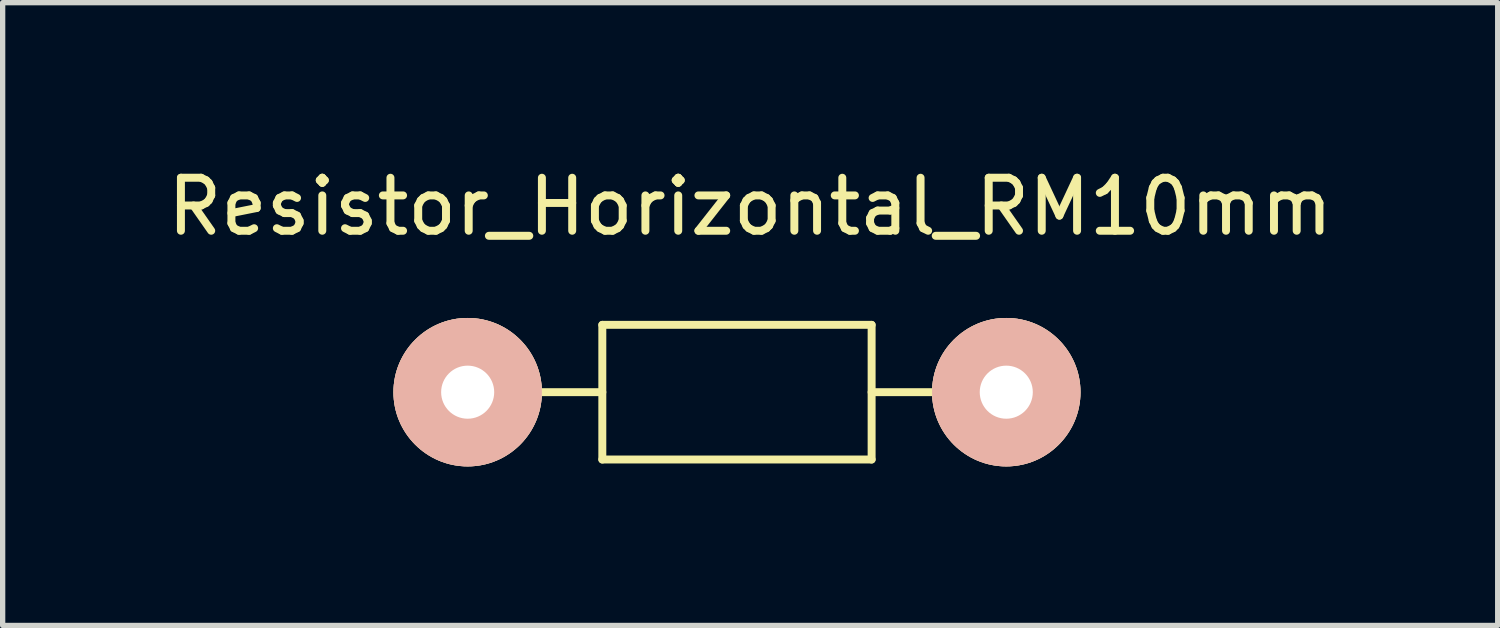
<source format=kicad_pcb>
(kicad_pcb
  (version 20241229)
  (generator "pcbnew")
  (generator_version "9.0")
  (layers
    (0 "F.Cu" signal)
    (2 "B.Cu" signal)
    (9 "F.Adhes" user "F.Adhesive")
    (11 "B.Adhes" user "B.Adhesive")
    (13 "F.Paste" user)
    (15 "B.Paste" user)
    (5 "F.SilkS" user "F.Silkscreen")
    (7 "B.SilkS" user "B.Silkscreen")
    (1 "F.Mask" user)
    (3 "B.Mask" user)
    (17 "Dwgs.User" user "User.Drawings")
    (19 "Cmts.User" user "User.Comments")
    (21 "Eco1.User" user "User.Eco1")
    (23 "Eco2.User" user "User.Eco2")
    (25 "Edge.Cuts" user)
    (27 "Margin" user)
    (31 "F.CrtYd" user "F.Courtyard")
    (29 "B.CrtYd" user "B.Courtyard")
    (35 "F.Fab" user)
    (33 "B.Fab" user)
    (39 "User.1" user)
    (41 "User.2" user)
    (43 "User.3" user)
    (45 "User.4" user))
  (footprint "Resistor_Horizontal_RM10mm"
    (layer "F.Cu")
    (at 10.852 4.348)
    (property "Reference" "Resistor_Horizontal_RM10mm" (at 0.249 -3.5 0) (layer "F.SilkS") (effects (font (size 1 1) (thickness 0.15))))
    (attr through_hole)
    (fp_line (start -2.54 -1.27) (end 2.54 -1.27) (stroke (width 0.15) (type solid)) (layer "F.SilkS"))
    (fp_line (start -2.54 0) (end -3.81 0) (stroke (width 0.15) (type solid)) (layer "F.SilkS"))
    (fp_line (start -2.54 1.27) (end -2.54 -1.27) (stroke (width 0.15) (type solid)) (layer "F.SilkS"))
    (fp_line (start 2.54 -1.27) (end 2.54 1.27) (stroke (width 0.15) (type solid)) (layer "F.SilkS"))
    (fp_line (start 2.54 0) (end 3.81 0) (stroke (width 0.15) (type solid)) (layer "F.SilkS"))
    (fp_line (start 2.54 1.27) (end -2.54 1.27) (stroke (width 0.15) (type solid)) (layer "F.SilkS"))
    (pad "1" thru_hole circle (at -5.08 0) (size 2.8 2.8) (drill 1.001) (layers "*.Cu" "*.SilkS" "*.Mask"))
    (pad "2" thru_hole circle (at 5.08 0) (size 2.8 2.8) (drill 1.001) (layers "*.Cu" "*.SilkS" "*.Mask")))
  (gr_rect
    (start -3 -3)
    (end 25.202 8.748)
    (stroke (width 0.1) (type default))
    (fill no)
    (layer "Edge.Cuts")))
</source>
